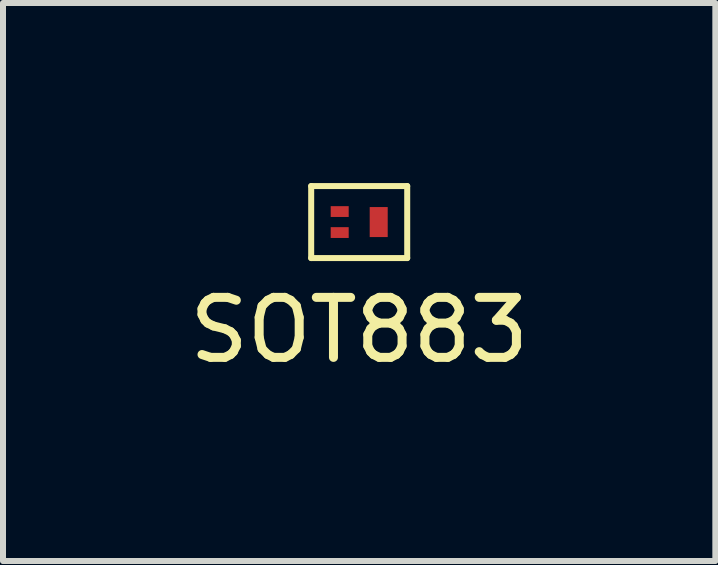
<source format=kicad_pcb>
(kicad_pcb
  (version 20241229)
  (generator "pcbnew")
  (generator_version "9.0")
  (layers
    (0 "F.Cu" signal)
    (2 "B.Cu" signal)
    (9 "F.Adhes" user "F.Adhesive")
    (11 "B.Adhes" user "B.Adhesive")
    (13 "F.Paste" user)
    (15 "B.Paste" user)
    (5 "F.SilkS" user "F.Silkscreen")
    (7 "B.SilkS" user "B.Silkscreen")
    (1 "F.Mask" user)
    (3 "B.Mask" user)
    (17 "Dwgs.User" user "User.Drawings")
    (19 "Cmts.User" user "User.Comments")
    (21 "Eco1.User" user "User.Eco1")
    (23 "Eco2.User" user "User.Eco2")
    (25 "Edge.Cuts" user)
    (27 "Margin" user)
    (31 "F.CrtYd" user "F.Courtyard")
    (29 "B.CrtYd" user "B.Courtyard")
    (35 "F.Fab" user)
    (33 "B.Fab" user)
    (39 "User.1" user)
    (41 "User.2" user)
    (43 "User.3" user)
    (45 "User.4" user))
  (footprint "SOT883"
    (layer "F.Cu")
    (at 2.935 0.65)
    (property "Reference" "SOT883" (at 0 1.8 0) (layer "F.SilkS") (effects (font (size 1 1) (thickness 0.15))))
    (attr through_hole)
    (fp_line (start -0.8 -0.6) (end 0.8 -0.6) (stroke (width 0.1) (type solid)) (layer "F.SilkS"))
    (fp_line (start -0.8 0.6) (end -0.8 -0.6) (stroke (width 0.1) (type solid)) (layer "F.SilkS"))
    (fp_line (start 0.8 -0.6) (end 0.8 0.6) (stroke (width 0.1) (type solid)) (layer "F.SilkS"))
    (fp_line (start 0.8 0.6) (end -0.8 0.6) (stroke (width 0.1) (type solid)) (layer "F.SilkS"))
    (pad "1" smd rect (at -0.325 -0.175) (size 0.3 0.18) (layers "F.Cu" "F.Mask" "F.Paste"))
    (pad "2" smd rect (at -0.325 0.175) (size 0.3 0.18) (layers "F.Cu" "F.Mask" "F.Paste"))
    (pad "3" smd rect (at 0.325 0) (size 0.3 0.5) (layers "F.Cu" "F.Mask" "F.Paste")))
  (gr_rect
    (start -3 -3)
    (end 8.869 6.298)
    (stroke (width 0.1) (type default))
    (fill no)
    (layer "Edge.Cuts")))
</source>
